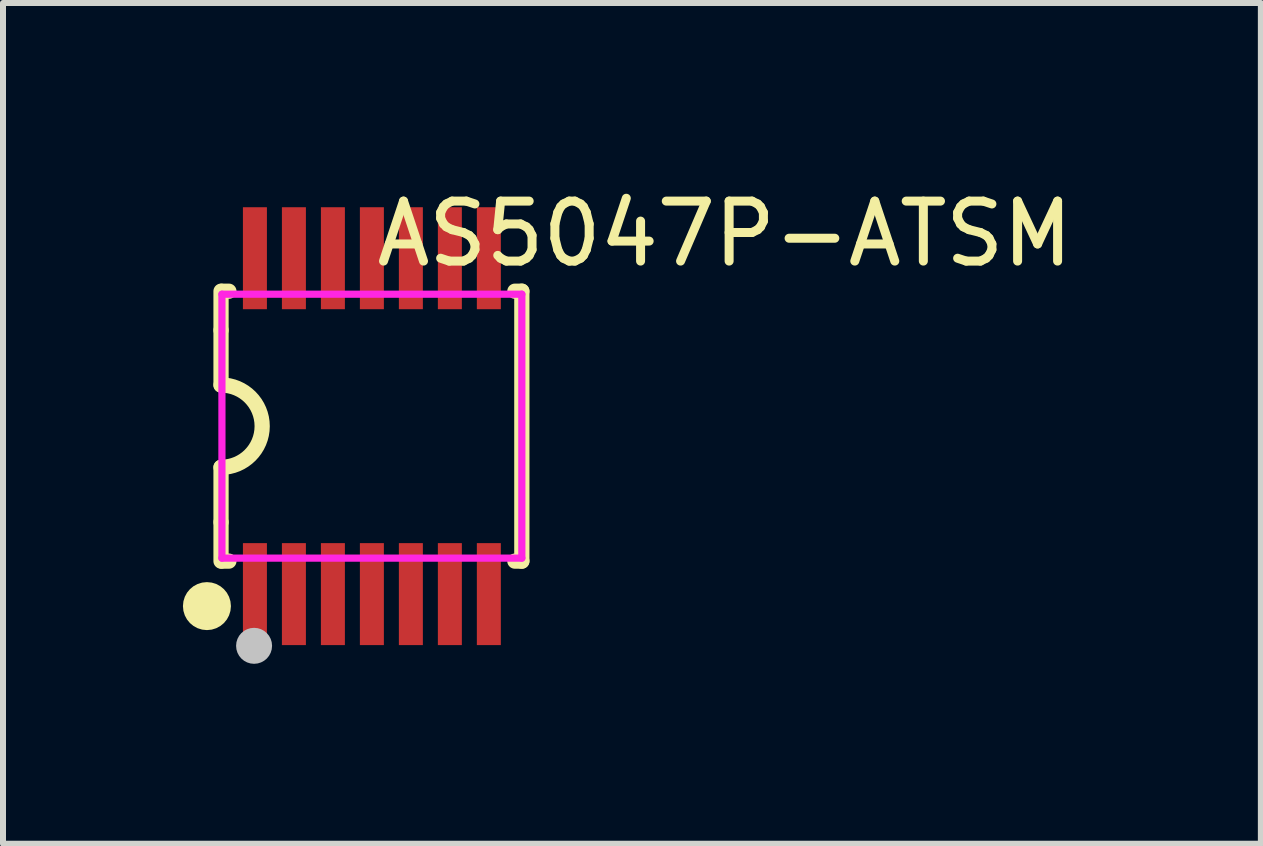
<source format=kicad_pcb>
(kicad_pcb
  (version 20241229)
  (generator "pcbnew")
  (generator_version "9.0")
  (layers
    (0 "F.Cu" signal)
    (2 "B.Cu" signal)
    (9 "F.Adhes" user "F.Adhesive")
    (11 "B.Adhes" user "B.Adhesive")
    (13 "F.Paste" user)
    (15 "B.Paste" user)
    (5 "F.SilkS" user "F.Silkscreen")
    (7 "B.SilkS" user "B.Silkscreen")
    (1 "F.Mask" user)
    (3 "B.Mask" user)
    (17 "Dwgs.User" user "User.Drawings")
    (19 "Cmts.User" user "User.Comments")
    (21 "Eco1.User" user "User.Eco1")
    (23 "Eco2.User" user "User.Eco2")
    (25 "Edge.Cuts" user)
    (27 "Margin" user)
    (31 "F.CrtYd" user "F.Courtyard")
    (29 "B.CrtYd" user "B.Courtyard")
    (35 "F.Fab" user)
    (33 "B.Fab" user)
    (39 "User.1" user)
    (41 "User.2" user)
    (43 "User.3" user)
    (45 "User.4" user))
  (footprint "AS5047P-ATSM"
    (layer "F.Cu")
    (at 3.15 4.055)
    (property "Reference" "AS5047P-ATSM" (at 0 -3.207 0) (layer "F.SilkS") (effects (font (size 1 1) (thickness 0.15)) (justify left)))
    (attr through_hole)
    (fp_line (start -2.515 -1.6) (end -2.515 -2.25) (stroke (width 0.254) (type solid)) (layer "F.SilkS"))
    (fp_line (start -2.515 -0.686) (end -2.515 -1.6) (stroke (width 0.254) (type solid)) (layer "F.SilkS"))
    (fp_line (start -2.515 1.6) (end -2.515 0.686) (stroke (width 0.254) (type solid)) (layer "F.SilkS"))
    (fp_line (start -2.515 1.6) (end -2.515 2.25) (stroke (width 0.254) (type solid)) (layer "F.SilkS"))
    (fp_line (start -2.5 -2.25) (end -2.384 -2.25) (stroke (width 0.254) (type solid)) (layer "F.SilkS"))
    (fp_line (start -2.384 2.25) (end -2.5 2.25) (stroke (width 0.254) (type solid)) (layer "F.SilkS"))
    (fp_line (start 2.384 -2.25) (end 2.5 -2.25) (stroke (width 0.254) (type solid)) (layer "F.SilkS"))
    (fp_line (start 2.5 -2.25) (end 2.5 2.25) (stroke (width 0.254) (type solid)) (layer "F.SilkS"))
    (fp_line (start 2.5 2.25) (end 2.384 2.25) (stroke (width 0.254) (type solid)) (layer "F.SilkS"))
    (fp_arc (start -2.515 -0.686) (mid -1.829 0) (end -2.515 0.686) (stroke (width 0.254) (type solid)) (layer "F.SilkS"))
    (fp_circle (center -2.75 3) (end -2.55 3) (stroke (width 0.4) (type solid)) (fill no) (layer "F.SilkS"))
    (fp_circle (center -1.964 3.662) (end -1.814 3.662) (stroke (width 0.3) (type solid)) (fill no) (layer "Dwgs.User"))
    (fp_line (start -2.072 -2.61) (end -1.827 -2.61) (stroke (width 0.12) (type solid)) (layer "Eco2.User"))
    (fp_line (start -2.072 -2.19) (end -2.072 -2.61) (stroke (width 0.12) (type solid)) (layer "Eco2.User"))
    (fp_line (start -2.072 2.19) (end -1.827 2.19) (stroke (width 0.12) (type solid)) (layer "Eco2.User"))
    (fp_line (start -2.072 2.61) (end -2.072 2.19) (stroke (width 0.12) (type solid)) (layer "Eco2.User"))
    (fp_line (start -1.827 -2.61) (end -1.827 -2.19) (stroke (width 0.12) (type solid)) (layer "Eco2.User"))
    (fp_line (start -1.827 -2.19) (end -2.072 -2.19) (stroke (width 0.12) (type solid)) (layer "Eco2.User"))
    (fp_line (start -1.827 2.19) (end -1.827 2.61) (stroke (width 0.12) (type solid)) (layer "Eco2.User"))
    (fp_line (start -1.827 2.61) (end -2.072 2.61) (stroke (width 0.12) (type solid)) (layer "Eco2.User"))
    (fp_line (start -1.422 -2.61) (end -1.177 -2.61) (stroke (width 0.12) (type solid)) (layer "Eco2.User"))
    (fp_line (start -1.422 -2.19) (end -1.422 -2.61) (stroke (width 0.12) (type solid)) (layer "Eco2.User"))
    (fp_line (start -1.422 2.19) (end -1.177 2.19) (stroke (width 0.12) (type solid)) (layer "Eco2.User"))
    (fp_line (start -1.422 2.61) (end -1.422 2.19) (stroke (width 0.12) (type solid)) (layer "Eco2.User"))
    (fp_line (start -1.177 -2.61) (end -1.177 -2.19) (stroke (width 0.12) (type solid)) (layer "Eco2.User"))
    (fp_line (start -1.177 -2.19) (end -1.422 -2.19) (stroke (width 0.12) (type solid)) (layer "Eco2.User"))
    (fp_line (start -1.177 2.19) (end -1.177 2.61) (stroke (width 0.12) (type solid)) (layer "Eco2.User"))
    (fp_line (start -1.177 2.61) (end -1.422 2.61) (stroke (width 0.12) (type solid)) (layer "Eco2.User"))
    (fp_line (start -0.772 -2.61) (end -0.527 -2.61) (stroke (width 0.12) (type solid)) (layer "Eco2.User"))
    (fp_line (start -0.772 -2.19) (end -0.772 -2.61) (stroke (width 0.12) (type solid)) (layer "Eco2.User"))
    (fp_line (start -0.772 2.19) (end -0.527 2.19) (stroke (width 0.12) (type solid)) (layer "Eco2.User"))
    (fp_line (start -0.772 2.61) (end -0.772 2.19) (stroke (width 0.12) (type solid)) (layer "Eco2.User"))
    (fp_line (start -0.527 -2.61) (end -0.527 -2.19) (stroke (width 0.12) (type solid)) (layer "Eco2.User"))
    (fp_line (start -0.527 -2.19) (end -0.772 -2.19) (stroke (width 0.12) (type solid)) (layer "Eco2.User"))
    (fp_line (start -0.527 2.19) (end -0.527 2.61) (stroke (width 0.12) (type solid)) (layer "Eco2.User"))
    (fp_line (start -0.527 2.61) (end -0.772 2.61) (stroke (width 0.12) (type solid)) (layer "Eco2.User"))
    (fp_line (start -0.123 -2.61) (end 0.123 -2.61) (stroke (width 0.12) (type solid)) (layer "Eco2.User"))
    (fp_line (start -0.123 -2.19) (end -0.123 -2.61) (stroke (width 0.12) (type solid)) (layer "Eco2.User"))
    (fp_line (start -0.123 2.19) (end 0.123 2.19) (stroke (width 0.12) (type solid)) (layer "Eco2.User"))
    (fp_line (start -0.123 2.61) (end -0.123 2.19) (stroke (width 0.12) (type solid)) (layer "Eco2.User"))
    (fp_line (start 0.123 -2.61) (end 0.123 -2.19) (stroke (width 0.12) (type solid)) (layer "Eco2.User"))
    (fp_line (start 0.123 -2.19) (end -0.123 -2.19) (stroke (width 0.12) (type solid)) (layer "Eco2.User"))
    (fp_line (start 0.123 2.19) (end 0.123 2.61) (stroke (width 0.12) (type solid)) (layer "Eco2.User"))
    (fp_line (start 0.123 2.61) (end -0.123 2.61) (stroke (width 0.12) (type solid)) (layer "Eco2.User"))
    (fp_line (start 0.527 -2.61) (end 0.772 -2.61) (stroke (width 0.12) (type solid)) (layer "Eco2.User"))
    (fp_line (start 0.527 -2.19) (end 0.527 -2.61) (stroke (width 0.12) (type solid)) (layer "Eco2.User"))
    (fp_line (start 0.527 2.19) (end 0.772 2.19) (stroke (width 0.12) (type solid)) (layer "Eco2.User"))
    (fp_line (start 0.527 2.61) (end 0.527 2.19) (stroke (width 0.12) (type solid)) (layer "Eco2.User"))
    (fp_line (start 0.772 -2.61) (end 0.772 -2.19) (stroke (width 0.12) (type solid)) (layer "Eco2.User"))
    (fp_line (start 0.772 -2.19) (end 0.527 -2.19) (stroke (width 0.12) (type solid)) (layer "Eco2.User"))
    (fp_line (start 0.772 2.19) (end 0.772 2.61) (stroke (width 0.12) (type solid)) (layer "Eco2.User"))
    (fp_line (start 0.772 2.61) (end 0.527 2.61) (stroke (width 0.12) (type solid)) (layer "Eco2.User"))
    (fp_line (start 1.177 -2.61) (end 1.422 -2.61) (stroke (width 0.12) (type solid)) (layer "Eco2.User"))
    (fp_line (start 1.177 -2.19) (end 1.177 -2.61) (stroke (width 0.12) (type solid)) (layer "Eco2.User"))
    (fp_line (start 1.177 2.19) (end 1.422 2.19) (stroke (width 0.12) (type solid)) (layer "Eco2.User"))
    (fp_line (start 1.177 2.61) (end 1.177 2.19) (stroke (width 0.12) (type solid)) (layer "Eco2.User"))
    (fp_line (start 1.422 -2.61) (end 1.422 -2.19) (stroke (width 0.12) (type solid)) (layer "Eco2.User"))
    (fp_line (start 1.422 -2.19) (end 1.177 -2.19) (stroke (width 0.12) (type solid)) (layer "Eco2.User"))
    (fp_line (start 1.422 2.19) (end 1.422 2.61) (stroke (width 0.12) (type solid)) (layer "Eco2.User"))
    (fp_line (start 1.422 2.61) (end 1.177 2.61) (stroke (width 0.12) (type solid)) (layer "Eco2.User"))
    (fp_line (start 1.827 -2.61) (end 2.072 -2.61) (stroke (width 0.12) (type solid)) (layer "Eco2.User"))
    (fp_line (start 1.827 -2.19) (end 1.827 -2.61) (stroke (width 0.12) (type solid)) (layer "Eco2.User"))
    (fp_line (start 1.827 2.19) (end 2.072 2.19) (stroke (width 0.12) (type solid)) (layer "Eco2.User"))
    (fp_line (start 1.827 2.61) (end 1.827 2.19) (stroke (width 0.12) (type solid)) (layer "Eco2.User"))
    (fp_line (start 2.072 -2.61) (end 2.072 -2.19) (stroke (width 0.12) (type solid)) (layer "Eco2.User"))
    (fp_line (start 2.072 -2.19) (end 1.827 -2.19) (stroke (width 0.12) (type solid)) (layer "Eco2.User"))
    (fp_line (start 2.072 2.19) (end 2.072 2.61) (stroke (width 0.12) (type solid)) (layer "Eco2.User"))
    (fp_line (start 2.072 2.61) (end 1.827 2.61) (stroke (width 0.12) (type solid)) (layer "Eco2.User"))
    (fp_circle (center -2.5 3.2) (end -2.47 3.2) (stroke (width 0.06) (type solid)) (fill no) (layer "Eco2.User"))
    (fp_poly (pts (xy -2.072 -2.6) (xy -2.072 -3.2) (xy -1.827 -3.2) (xy -1.827 -2.6)) (stroke (width 0.12) (type solid)) (fill no) (layer "Eco2.User"))
    (fp_poly (pts (xy -2.072 3.2) (xy -2.072 2.6) (xy -1.827 2.6) (xy -1.827 3.2)) (stroke (width 0.12) (type solid)) (fill no) (layer "Eco2.User"))
    (fp_poly (pts (xy -1.422 -2.6) (xy -1.422 -3.2) (xy -1.177 -3.2) (xy -1.177 -2.6)) (stroke (width 0.12) (type solid)) (fill no) (layer "Eco2.User"))
    (fp_poly (pts (xy -1.422 3.2) (xy -1.422 2.6) (xy -1.177 2.6) (xy -1.177 3.2)) (stroke (width 0.12) (type solid)) (fill no) (layer "Eco2.User"))
    (fp_poly (pts (xy -0.772 -2.6) (xy -0.772 -3.2) (xy -0.527 -3.2) (xy -0.527 -2.6)) (stroke (width 0.12) (type solid)) (fill no) (layer "Eco2.User"))
    (fp_poly (pts (xy -0.772 3.2) (xy -0.772 2.6) (xy -0.527 2.6) (xy -0.527 3.2)) (stroke (width 0.12) (type solid)) (fill no) (layer "Eco2.User"))
    (fp_poly (pts (xy -0.123 -2.6) (xy -0.123 -3.2) (xy 0.123 -3.2) (xy 0.123 -2.6)) (stroke (width 0.12) (type solid)) (fill no) (layer "Eco2.User"))
    (fp_poly (pts (xy -0.123 3.2) (xy -0.123 2.6) (xy 0.123 2.6) (xy 0.123 3.2)) (stroke (width 0.12) (type solid)) (fill no) (layer "Eco2.User"))
    (fp_poly (pts (xy 0.527 -2.6) (xy 0.527 -3.2) (xy 0.772 -3.2) (xy 0.772 -2.6)) (stroke (width 0.12) (type solid)) (fill no) (layer "Eco2.User"))
    (fp_poly (pts (xy 0.527 3.2) (xy 0.527 2.6) (xy 0.772 2.6) (xy 0.772 3.2)) (stroke (width 0.12) (type solid)) (fill no) (layer "Eco2.User"))
    (fp_poly (pts (xy 1.177 -2.6) (xy 1.177 -3.2) (xy 1.422 -3.2) (xy 1.422 -2.6)) (stroke (width 0.12) (type solid)) (fill no) (layer "Eco2.User"))
    (fp_poly (pts (xy 1.177 3.2) (xy 1.177 2.6) (xy 1.422 2.6) (xy 1.422 3.2)) (stroke (width 0.12) (type solid)) (fill no) (layer "Eco2.User"))
    (fp_poly (pts (xy 1.827 -2.6) (xy 1.827 -3.2) (xy 2.072 -3.2) (xy 2.072 -2.6)) (stroke (width 0.12) (type solid)) (fill no) (layer "Eco2.User"))
    (fp_poly (pts (xy 1.827 3.2) (xy 1.827 2.6) (xy 2.072 2.6) (xy 2.072 3.2)) (stroke (width 0.12) (type solid)) (fill no) (layer "Eco2.User"))
    (fp_line (start -2.5 -2.2) (end -2.5 2.2) (stroke (width 0.12) (type solid)) (layer "F.CrtYd"))
    (fp_line (start -2.5 2.2) (end 2.5 2.2) (stroke (width 0.12) (type solid)) (layer "F.CrtYd"))
    (fp_line (start 2.5 -2.2) (end -2.5 -2.2) (stroke (width 0.12) (type solid)) (layer "F.CrtYd"))
    (fp_line (start 2.5 2.2) (end 2.5 -2.2) (stroke (width 0.12) (type solid)) (layer "F.CrtYd"))
    (pad "1" smd rect (at -1.95 2.8) (size 0.4 1.7) (layers "F.Cu" "F.Mask" "F.Paste"))
    (pad "2" smd rect (at -1.3 2.8) (size 0.4 1.7) (layers "F.Cu" "F.Mask" "F.Paste"))
    (pad "3" smd rect (at -0.65 2.8) (size 0.4 1.7) (layers "F.Cu" "F.Mask" "F.Paste"))
    (pad "4" smd rect (at 0 2.8) (size 0.4 1.7) (layers "F.Cu" "F.Mask" "F.Paste"))
    (pad "5" smd rect (at 0.65 2.8) (size 0.4 1.7) (layers "F.Cu" "F.Mask" "F.Paste"))
    (pad "6" smd rect (at 1.3 2.8) (size 0.4 1.7) (layers "F.Cu" "F.Mask" "F.Paste"))
    (pad "7" smd rect (at 1.95 2.8) (size 0.4 1.7) (layers "F.Cu" "F.Mask" "F.Paste"))
    (pad "8" smd rect (at 1.95 -2.8) (size 0.4 1.7) (layers "F.Cu" "F.Mask" "F.Paste"))
    (pad "9" smd rect (at 1.3 -2.8) (size 0.4 1.7) (layers "F.Cu" "F.Mask" "F.Paste"))
    (pad "10" smd rect (at 0.65 -2.8) (size 0.4 1.7) (layers "F.Cu" "F.Mask" "F.Paste"))
    (pad "11" smd rect (at 0 -2.8) (size 0.4 1.7) (layers "F.Cu" "F.Mask" "F.Paste"))
    (pad "12" smd rect (at -0.65 -2.8) (size 0.4 1.7) (layers "F.Cu" "F.Mask" "F.Paste"))
    (pad "13" smd rect (at -1.3 -2.8) (size 0.4 1.7) (layers "F.Cu" "F.Mask" "F.Paste"))
    (pad "14" smd rect (at -1.95 -2.8) (size 0.4 1.7) (layers "F.Cu" "F.Mask" "F.Paste")))
  (gr_rect
    (start -3 -3)
    (end 17.971 11.017)
    (stroke (width 0.1) (type default))
    (fill no)
    (layer "Edge.Cuts")))
</source>
